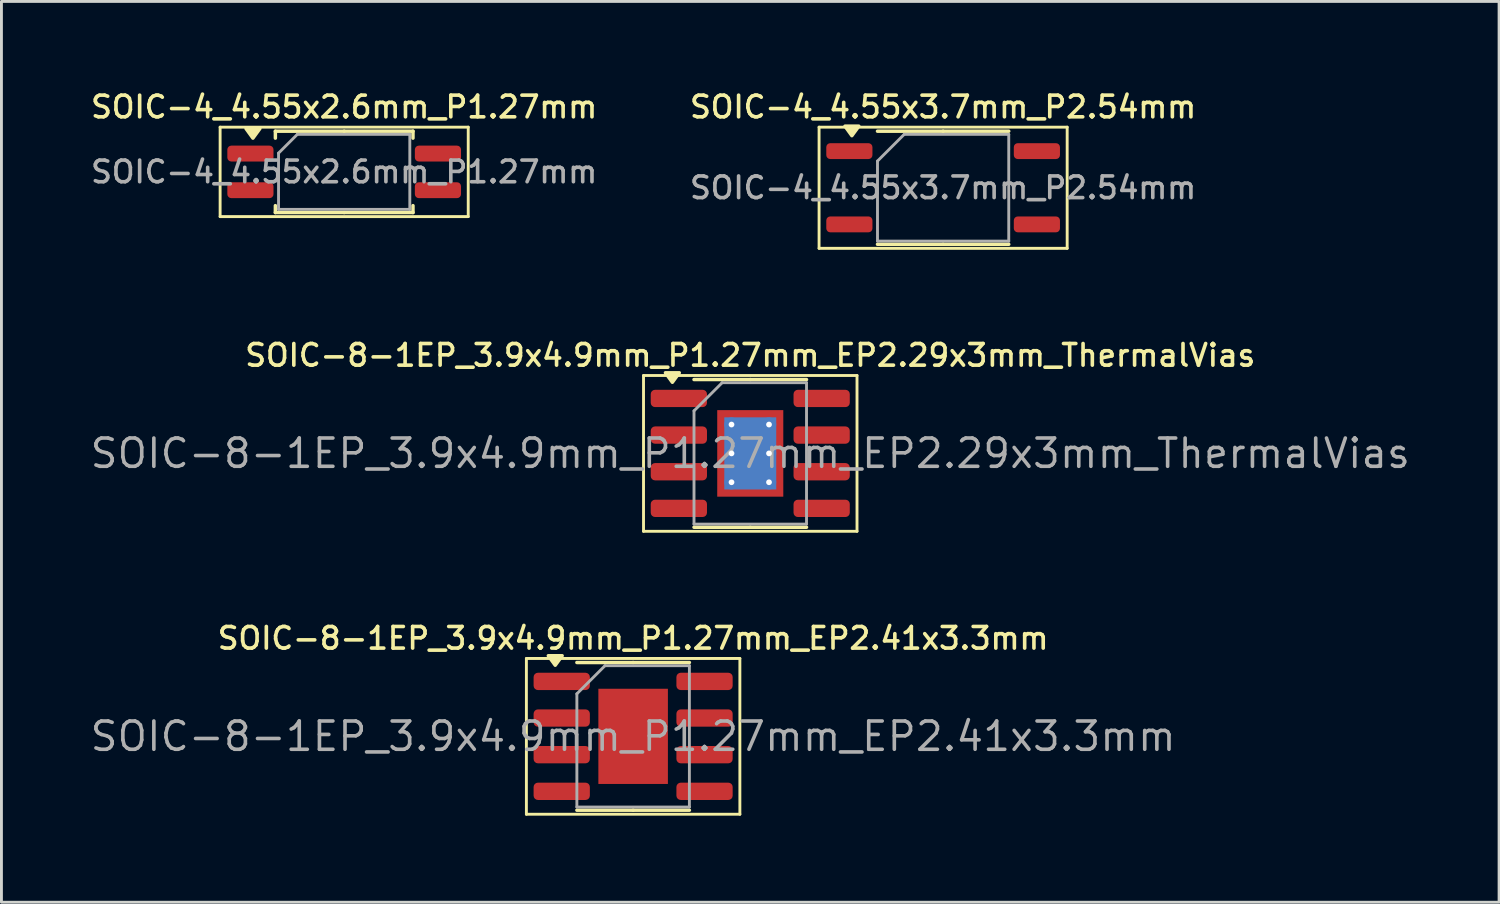
<source format=kicad_pcb>
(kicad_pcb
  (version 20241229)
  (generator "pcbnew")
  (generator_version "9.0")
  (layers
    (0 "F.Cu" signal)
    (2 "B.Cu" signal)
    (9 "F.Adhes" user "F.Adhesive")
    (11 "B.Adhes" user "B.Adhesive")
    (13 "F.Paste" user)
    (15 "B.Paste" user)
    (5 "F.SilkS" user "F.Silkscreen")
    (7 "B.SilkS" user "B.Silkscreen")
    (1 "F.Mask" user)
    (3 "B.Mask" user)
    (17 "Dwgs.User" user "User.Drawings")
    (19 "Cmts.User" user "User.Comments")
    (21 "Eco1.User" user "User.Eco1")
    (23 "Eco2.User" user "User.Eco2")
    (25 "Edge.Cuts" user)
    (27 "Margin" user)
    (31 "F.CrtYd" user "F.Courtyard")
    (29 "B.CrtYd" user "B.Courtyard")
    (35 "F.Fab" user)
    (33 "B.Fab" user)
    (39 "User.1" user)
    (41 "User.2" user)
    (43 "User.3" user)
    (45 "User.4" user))
  (footprint "SOIC-8-1EP_3.9x4.9mm_P1.27mm_EP2.29x3mm_ThermalVias"
    (layer "F.Cu")
    (at 22.956 12.666)
    (property "Reference" "SOIC-8-1EP_3.9x4.9mm_P1.27mm_EP2.29x3mm_ThermalVias" (at 0 -3.4 0) (layer "F.SilkS") (effects (font (size 0.75 0.75) (thickness 0.125))))
    (attr smd)
    (fp_line (start -3.7 -2.7) (end -3.7 2.7) (stroke (width 0.1) (type solid)) (layer "F.SilkS"))
    (fp_line (start -3.7 2.7) (end 3.7 2.7) (stroke (width 0.1) (type solid)) (layer "F.SilkS"))
    (fp_line (start 0 -2.56) (end -1.95 -2.56) (stroke (width 0.12) (type solid)) (layer "F.SilkS"))
    (fp_line (start 0 -2.56) (end 1.95 -2.56) (stroke (width 0.12) (type solid)) (layer "F.SilkS"))
    (fp_line (start 0 2.56) (end -1.95 2.56) (stroke (width 0.12) (type solid)) (layer "F.SilkS"))
    (fp_line (start 0 2.56) (end 1.95 2.56) (stroke (width 0.12) (type solid)) (layer "F.SilkS"))
    (fp_line (start 3.7 -2.7) (end -3.7 -2.7) (stroke (width 0.1) (type solid)) (layer "F.SilkS"))
    (fp_line (start 3.7 2.7) (end 3.7 -2.7) (stroke (width 0.1) (type solid)) (layer "F.SilkS"))
    (fp_poly (pts (xy -2.7 -2.465) (xy -2.94 -2.795) (xy -2.46 -2.795) (xy -2.7 -2.465)) (stroke (width 0.12) (type solid)) (fill yes) (layer "F.SilkS"))
    (fp_line (start -1.95 -1.475) (end -0.975 -2.45) (stroke (width 0.1) (type solid)) (layer "F.Fab"))
    (fp_line (start -1.95 2.45) (end -1.95 -1.475) (stroke (width 0.1) (type solid)) (layer "F.Fab"))
    (fp_line (start -0.975 -2.45) (end 1.95 -2.45) (stroke (width 0.1) (type solid)) (layer "F.Fab"))
    (fp_line (start 1.95 -2.45) (end 1.95 2.45) (stroke (width 0.1) (type solid)) (layer "F.Fab"))
    (fp_line (start 1.95 2.45) (end -1.95 2.45) (stroke (width 0.1) (type solid)) (layer "F.Fab"))
    (fp_text user "${REFERENCE}" (at 0 0 0) (layer "F.Fab") (effects (font (size 0.98 0.98) (thickness 0.125))))
    (pad "" smd roundrect (at -0.57 -0.75) (size 0.96 1.25) (layers "F.Paste") (roundrect_rratio 0.25))
    (pad "" smd roundrect (at -0.57 0.75) (size 0.96 1.25) (layers "F.Paste") (roundrect_rratio 0.25))
    (pad "" smd roundrect (at 0.57 -0.75) (size 0.96 1.25) (layers "F.Paste") (roundrect_rratio 0.25))
    (pad "" smd roundrect (at 0.57 0.75) (size 0.96 1.25) (layers "F.Paste") (roundrect_rratio 0.25))
    (pad "1" smd roundrect (at -2.475 -1.905) (size 1.95 0.6) (layers "F.Cu" "F.Mask" "F.Paste") (roundrect_rratio 0.25))
    (pad "2" smd roundrect (at -2.475 -0.635) (size 1.95 0.6) (layers "F.Cu" "F.Mask" "F.Paste") (roundrect_rratio 0.25))
    (pad "3" smd roundrect (at -2.475 0.635) (size 1.95 0.6) (layers "F.Cu" "F.Mask" "F.Paste") (roundrect_rratio 0.25))
    (pad "4" smd roundrect (at -2.475 1.905) (size 1.95 0.6) (layers "F.Cu" "F.Mask" "F.Paste") (roundrect_rratio 0.25))
    (pad "5" smd roundrect (at 2.475 1.905) (size 1.95 0.6) (layers "F.Cu" "F.Mask" "F.Paste") (roundrect_rratio 0.25))
    (pad "6" smd roundrect (at 2.475 0.635) (size 1.95 0.6) (layers "F.Cu" "F.Mask" "F.Paste") (roundrect_rratio 0.25))
    (pad "7" smd roundrect (at 2.475 -0.635) (size 1.95 0.6) (layers "F.Cu" "F.Mask" "F.Paste") (roundrect_rratio 0.25))
    (pad "8" smd roundrect (at 2.475 -1.905) (size 1.95 0.6) (layers "F.Cu" "F.Mask" "F.Paste") (roundrect_rratio 0.25))
    (pad "9" thru_hole circle (at -0.65 -1) (size 0.5 0.5) (drill 0.2) (property pad_prop_heatsink) (layers "*.Cu"))
    (pad "9" thru_hole circle (at -0.65 0) (size 0.5 0.5) (drill 0.2) (property pad_prop_heatsink) (layers "*.Cu"))
    (pad "9" thru_hole circle (at -0.65 1) (size 0.5 0.5) (drill 0.2) (property pad_prop_heatsink) (layers "*.Cu"))
    (pad "9" smd rect (at 0 0) (size 1.8 2.5) (property pad_prop_heatsink) (layers "B.Cu"))
    (pad "9" smd rect (at 0 0) (size 2.29 3) (property pad_prop_heatsink) (layers "F.Cu" "F.Mask"))
    (pad "9" thru_hole circle (at 0.65 -1) (size 0.5 0.5) (drill 0.2) (property pad_prop_heatsink) (layers "*.Cu"))
    (pad "9" thru_hole circle (at 0.65 0) (size 0.5 0.5) (drill 0.2) (property pad_prop_heatsink) (layers "*.Cu"))
    (pad "9" thru_hole circle (at 0.65 1) (size 0.5 0.5) (drill 0.2) (property pad_prop_heatsink) (layers "*.Cu")))
  (footprint "SOIC-4_4.55x2.6mm_P1.27mm"
    (layer "F.Cu")
    (at 8.88 2.908)
    (property "Reference" "SOIC-4_4.55x2.6mm_P1.27mm" (at 0 -2.25 0) (layer "F.SilkS") (effects (font (size 0.75 0.75) (thickness 0.125))))
    (attr smd)
    (fp_line (start -4.3 -1.55) (end -4.3 1.55) (stroke (width 0.1) (type solid)) (layer "F.SilkS"))
    (fp_line (start -4.3 1.55) (end 4.3 1.55) (stroke (width 0.1) (type solid)) (layer "F.SilkS"))
    (fp_line (start -2.385 -1.41) (end -2.385 -1.17) (stroke (width 0.12) (type solid)) (layer "F.SilkS"))
    (fp_line (start -2.385 1.41) (end -2.385 1.17) (stroke (width 0.12) (type solid)) (layer "F.SilkS"))
    (fp_line (start 0 -1.41) (end -2.385 -1.41) (stroke (width 0.12) (type solid)) (layer "F.SilkS"))
    (fp_line (start 0 -1.41) (end 2.385 -1.41) (stroke (width 0.12) (type solid)) (layer "F.SilkS"))
    (fp_line (start 0 1.41) (end -2.385 1.41) (stroke (width 0.12) (type solid)) (layer "F.SilkS"))
    (fp_line (start 0 1.41) (end 2.385 1.41) (stroke (width 0.12) (type solid)) (layer "F.SilkS"))
    (fp_line (start 2.385 -1.41) (end 2.385 -1.17) (stroke (width 0.12) (type solid)) (layer "F.SilkS"))
    (fp_line (start 2.385 1.41) (end 2.385 1.17) (stroke (width 0.12) (type solid)) (layer "F.SilkS"))
    (fp_line (start 4.3 -1.55) (end -4.3 -1.55) (stroke (width 0.1) (type solid)) (layer "F.SilkS"))
    (fp_line (start 4.3 1.55) (end 4.3 -1.55) (stroke (width 0.1) (type solid)) (layer "F.SilkS"))
    (fp_poly (pts (xy -3.163 -1.17) (xy -3.402 -1.5) (xy -2.922 -1.5) (xy -3.163 -1.17)) (stroke (width 0.12) (type solid)) (fill yes) (layer "F.SilkS"))
    (fp_line (start -2.275 -0.65) (end -1.625 -1.3) (stroke (width 0.1) (type solid)) (layer "F.Fab"))
    (fp_line (start -2.275 1.3) (end -2.275 -0.65) (stroke (width 0.1) (type solid)) (layer "F.Fab"))
    (fp_line (start -1.625 -1.3) (end 2.275 -1.3) (stroke (width 0.1) (type solid)) (layer "F.Fab"))
    (fp_line (start 2.275 -1.3) (end 2.275 1.3) (stroke (width 0.1) (type solid)) (layer "F.Fab"))
    (fp_line (start 2.275 1.3) (end -2.275 1.3) (stroke (width 0.1) (type solid)) (layer "F.Fab"))
    (fp_text user "${REFERENCE}" (at 0 0 0) (layer "F.Fab") (effects (font (size 0.75 0.75) (thickness 0.125))))
    (pad "1" smd roundrect (at -3.25 -0.635) (size 1.6 0.55) (layers "F.Cu" "F.Mask" "F.Paste") (roundrect_rratio 0.25))
    (pad "2" smd roundrect (at -3.25 0.635) (size 1.6 0.55) (layers "F.Cu" "F.Mask" "F.Paste") (roundrect_rratio 0.25))
    (pad "3" smd roundrect (at 3.25 0.635) (size 1.6 0.55) (layers "F.Cu" "F.Mask" "F.Paste") (roundrect_rratio 0.25))
    (pad "4" smd roundrect (at 3.25 -0.635) (size 1.6 0.55) (layers "F.Cu" "F.Mask" "F.Paste") (roundrect_rratio 0.25)))
  (footprint "SOIC-8-1EP_3.9x4.9mm_P1.27mm_EP2.41x3.3mm"
    (layer "F.Cu")
    (at 18.896 22.474)
    (property "Reference" "SOIC-8-1EP_3.9x4.9mm_P1.27mm_EP2.41x3.3mm" (at 0 -3.4 0) (layer "F.SilkS") (effects (font (size 0.75 0.75) (thickness 0.125))))
    (attr smd)
    (fp_line (start -3.7 -2.7) (end -3.7 2.7) (stroke (width 0.1) (type solid)) (layer "F.SilkS"))
    (fp_line (start -3.7 2.7) (end 3.7 2.7) (stroke (width 0.1) (type solid)) (layer "F.SilkS"))
    (fp_line (start 0 -2.56) (end -1.95 -2.56) (stroke (width 0.12) (type solid)) (layer "F.SilkS"))
    (fp_line (start 0 -2.56) (end 1.95 -2.56) (stroke (width 0.12) (type solid)) (layer "F.SilkS"))
    (fp_line (start 0 2.56) (end -1.95 2.56) (stroke (width 0.12) (type solid)) (layer "F.SilkS"))
    (fp_line (start 0 2.56) (end 1.95 2.56) (stroke (width 0.12) (type solid)) (layer "F.SilkS"))
    (fp_line (start 3.7 -2.7) (end -3.7 -2.7) (stroke (width 0.1) (type solid)) (layer "F.SilkS"))
    (fp_line (start 3.7 2.7) (end 3.7 -2.7) (stroke (width 0.1) (type solid)) (layer "F.SilkS"))
    (fp_poly (pts (xy -2.7 -2.465) (xy -2.94 -2.795) (xy -2.46 -2.795) (xy -2.7 -2.465)) (stroke (width 0.12) (type solid)) (fill yes) (layer "F.SilkS"))
    (fp_line (start -1.95 -1.475) (end -0.975 -2.45) (stroke (width 0.1) (type solid)) (layer "F.Fab"))
    (fp_line (start -1.95 2.45) (end -1.95 -1.475) (stroke (width 0.1) (type solid)) (layer "F.Fab"))
    (fp_line (start -0.975 -2.45) (end 1.95 -2.45) (stroke (width 0.1) (type solid)) (layer "F.Fab"))
    (fp_line (start 1.95 -2.45) (end 1.95 2.45) (stroke (width 0.1) (type solid)) (layer "F.Fab"))
    (fp_line (start 1.95 2.45) (end -1.95 2.45) (stroke (width 0.1) (type solid)) (layer "F.Fab"))
    (fp_text user "${REFERENCE}" (at 0 0 0) (layer "F.Fab") (effects (font (size 0.98 0.98) (thickness 0.125))))
    (pad "" smd roundrect (at -0.6 -0.825) (size 0.97 1.33) (layers "F.Paste") (roundrect_rratio 0.25))
    (pad "" smd roundrect (at -0.6 0.825) (size 0.97 1.33) (layers "F.Paste") (roundrect_rratio 0.25))
    (pad "" smd roundrect (at 0.6 -0.825) (size 0.97 1.33) (layers "F.Paste") (roundrect_rratio 0.25))
    (pad "" smd roundrect (at 0.6 0.825) (size 0.97 1.33) (layers "F.Paste") (roundrect_rratio 0.25))
    (pad "1" smd roundrect (at -2.475 -1.905) (size 1.95 0.6) (layers "F.Cu" "F.Mask" "F.Paste") (roundrect_rratio 0.25))
    (pad "2" smd roundrect (at -2.475 -0.635) (size 1.95 0.6) (layers "F.Cu" "F.Mask" "F.Paste") (roundrect_rratio 0.25))
    (pad "3" smd roundrect (at -2.475 0.635) (size 1.95 0.6) (layers "F.Cu" "F.Mask" "F.Paste") (roundrect_rratio 0.25))
    (pad "4" smd roundrect (at -2.475 1.905) (size 1.95 0.6) (layers "F.Cu" "F.Mask" "F.Paste") (roundrect_rratio 0.25))
    (pad "5" smd roundrect (at 2.475 1.905) (size 1.95 0.6) (layers "F.Cu" "F.Mask" "F.Paste") (roundrect_rratio 0.25))
    (pad "6" smd roundrect (at 2.475 0.635) (size 1.95 0.6) (layers "F.Cu" "F.Mask" "F.Paste") (roundrect_rratio 0.25))
    (pad "7" smd roundrect (at 2.475 -0.635) (size 1.95 0.6) (layers "F.Cu" "F.Mask" "F.Paste") (roundrect_rratio 0.25))
    (pad "8" smd roundrect (at 2.475 -1.905) (size 1.95 0.6) (layers "F.Cu" "F.Mask" "F.Paste") (roundrect_rratio 0.25))
    (pad "9" smd rect (at 0 0) (size 2.41 3.3) (property pad_prop_heatsink) (layers "F.Cu" "F.Mask")))
  (footprint "SOIC-4_4.55x3.7mm_P2.54mm"
    (layer "F.Cu")
    (at 29.641 3.458)
    (property "Reference" "SOIC-4_4.55x3.7mm_P2.54mm" (at 0 -2.8 0) (layer "F.SilkS") (effects (font (size 0.75 0.75) (thickness 0.125))))
    (attr smd)
    (fp_line (start -4.3 -2.1) (end -4.3 2.1) (stroke (width 0.1) (type solid)) (layer "F.SilkS"))
    (fp_line (start -4.3 2.1) (end 4.3 2.1) (stroke (width 0.1) (type solid)) (layer "F.SilkS"))
    (fp_line (start 0 -1.96) (end -2.275 -1.96) (stroke (width 0.12) (type solid)) (layer "F.SilkS"))
    (fp_line (start 0 -1.96) (end 2.275 -1.96) (stroke (width 0.12) (type solid)) (layer "F.SilkS"))
    (fp_line (start 0 1.96) (end -2.275 1.96) (stroke (width 0.12) (type solid)) (layer "F.SilkS"))
    (fp_line (start 0 1.96) (end 2.275 1.96) (stroke (width 0.12) (type solid)) (layer "F.SilkS"))
    (fp_line (start 4.3 -2.1) (end -4.3 -2.1) (stroke (width 0.1) (type solid)) (layer "F.SilkS"))
    (fp_line (start 4.3 2.1) (end 4.3 -2.1) (stroke (width 0.1) (type solid)) (layer "F.SilkS"))
    (fp_poly (pts (xy -3.163 -1.805) (xy -3.402 -2.135) (xy -2.922 -2.135) (xy -3.163 -1.805)) (stroke (width 0.12) (type solid)) (fill yes) (layer "F.SilkS"))
    (fp_line (start -2.275 -0.925) (end -1.35 -1.85) (stroke (width 0.1) (type solid)) (layer "F.Fab"))
    (fp_line (start -2.275 1.85) (end -2.275 -0.925) (stroke (width 0.1) (type solid)) (layer "F.Fab"))
    (fp_line (start -1.35 -1.85) (end 2.275 -1.85) (stroke (width 0.1) (type solid)) (layer "F.Fab"))
    (fp_line (start 2.275 -1.85) (end 2.275 1.85) (stroke (width 0.1) (type solid)) (layer "F.Fab"))
    (fp_line (start 2.275 1.85) (end -2.275 1.85) (stroke (width 0.1) (type solid)) (layer "F.Fab"))
    (fp_text user "${REFERENCE}" (at 0 0 0) (layer "F.Fab") (effects (font (size 0.75 0.75) (thickness 0.125))))
    (pad "1" smd roundrect (at -3.25 -1.27) (size 1.6 0.55) (layers "F.Cu" "F.Mask" "F.Paste") (roundrect_rratio 0.25))
    (pad "3" smd roundrect (at -3.25 1.27) (size 1.6 0.55) (layers "F.Cu" "F.Mask" "F.Paste") (roundrect_rratio 0.25))
    (pad "4" smd roundrect (at 3.25 1.27) (size 1.6 0.55) (layers "F.Cu" "F.Mask" "F.Paste") (roundrect_rratio 0.25))
    (pad "6" smd roundrect (at 3.25 -1.27) (size 1.6 0.55) (layers "F.Cu" "F.Mask" "F.Paste") (roundrect_rratio 0.25)))
  (gr_rect
    (start -3 -3)
    (end 48.912 28.224)
    (stroke (width 0.1) (type default))
    (fill no)
    (layer "Edge.Cuts")))
</source>
